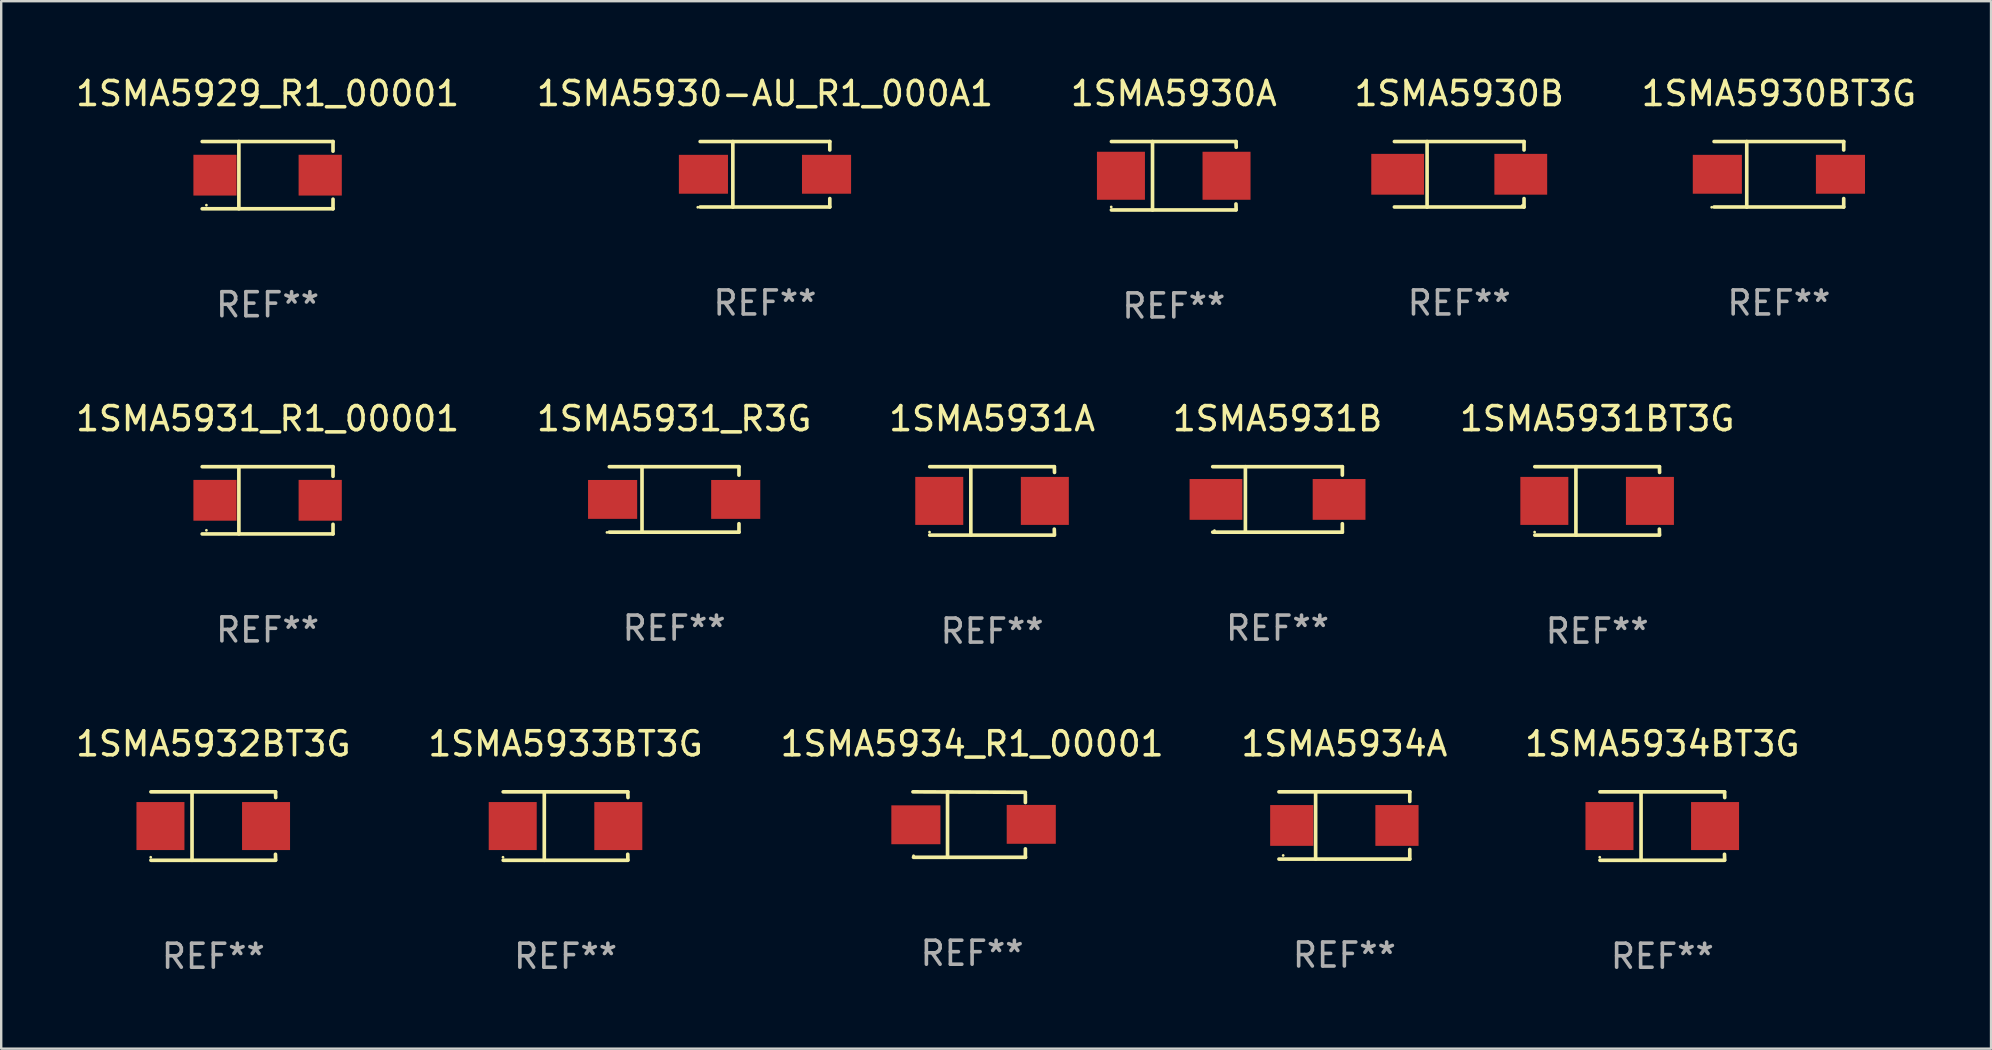
<source format=kicad_pcb>
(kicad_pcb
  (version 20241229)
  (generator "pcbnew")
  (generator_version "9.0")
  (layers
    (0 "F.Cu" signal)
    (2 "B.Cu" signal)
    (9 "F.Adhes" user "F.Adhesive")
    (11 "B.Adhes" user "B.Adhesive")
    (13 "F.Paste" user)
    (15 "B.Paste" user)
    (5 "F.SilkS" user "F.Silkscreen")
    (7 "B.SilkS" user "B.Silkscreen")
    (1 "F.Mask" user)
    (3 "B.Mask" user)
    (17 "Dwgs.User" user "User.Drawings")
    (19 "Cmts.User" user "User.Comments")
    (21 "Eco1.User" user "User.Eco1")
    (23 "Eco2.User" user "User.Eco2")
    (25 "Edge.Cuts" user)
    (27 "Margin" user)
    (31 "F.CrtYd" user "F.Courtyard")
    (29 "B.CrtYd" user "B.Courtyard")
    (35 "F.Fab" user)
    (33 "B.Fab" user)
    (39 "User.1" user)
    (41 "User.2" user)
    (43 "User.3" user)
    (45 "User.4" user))
  (footprint "1SMA5931A"
    (layer "F.Cu")
    (at 38.292 17.823)
    (property "Reference" "1SMA5931A" (at 0 -3.426 0) (layer "F.SilkS") (effects (font (size 1 1) (thickness 0.15))))
    (attr through_hole)
    (fp_line (start -2.6 -1.426) (end 2.593 -1.426) (stroke (width 0.152) (type solid)) (layer "F.SilkS"))
    (fp_line (start -2.6 1.426) (end 2.593 1.426) (stroke (width 0.152) (type solid)) (layer "F.SilkS"))
    (fp_line (start -0.887 -1.426) (end -0.887 1.426) (stroke (width 0.152) (type solid)) (layer "F.SilkS"))
    (fp_line (start 2.59 1.176) (end 2.597 1.415) (stroke (width 0.152) (type solid)) (layer "F.SilkS"))
    (fp_line (start 2.593 -1.426) (end 2.6 -1.187) (stroke (width 0.152) (type solid)) (layer "F.SilkS"))
    (fp_circle (center -2.608 1.3) (end -2.578 1.3) (stroke (width 0.06) (type solid)) (fill no) (layer "F.SilkS"))
    (fp_text user "REF**" (at 0 5.426 0) (layer "F.Fab") (effects (font (size 1 1) (thickness 0.15))))
    (pad "1" smd rect (at -2.203 0 180) (size 2 2) (layers "F.Cu" "F.Mask" "F.Paste"))
    (pad "2" smd rect (at 2.197 0 180) (size 2 2) (layers "F.Cu" "F.Mask" "F.Paste")))
  (footprint "1SMA5931BT3G"
    (layer "F.Cu")
    (at 63.506 17.823)
    (property "Reference" "1SMA5931BT3G" (at 0 -3.426 0) (layer "F.SilkS") (effects (font (size 1 1) (thickness 0.15))))
    (attr through_hole)
    (fp_line (start -2.6 -1.426) (end 2.593 -1.426) (stroke (width 0.152) (type solid)) (layer "F.SilkS"))
    (fp_line (start -2.6 1.426) (end 2.593 1.426) (stroke (width 0.152) (type solid)) (layer "F.SilkS"))
    (fp_line (start -0.887 -1.426) (end -0.887 1.426) (stroke (width 0.152) (type solid)) (layer "F.SilkS"))
    (fp_line (start 2.59 1.176) (end 2.597 1.415) (stroke (width 0.152) (type solid)) (layer "F.SilkS"))
    (fp_line (start 2.593 -1.426) (end 2.6 -1.187) (stroke (width 0.152) (type solid)) (layer "F.SilkS"))
    (fp_circle (center -2.608 1.3) (end -2.578 1.3) (stroke (width 0.06) (type solid)) (fill no) (layer "F.SilkS"))
    (fp_text user "REF**" (at 0 5.426 0) (layer "F.Fab") (effects (font (size 1 1) (thickness 0.15))))
    (pad "1" smd rect (at -2.203 0 180) (size 2 2) (layers "F.Cu" "F.Mask" "F.Paste"))
    (pad "2" smd rect (at 2.197 0 180) (size 2 2) (layers "F.Cu" "F.Mask" "F.Paste")))
  (footprint "1SMA5933BT3G"
    (layer "F.Cu")
    (at 20.518 31.372)
    (property "Reference" "1SMA5933BT3G" (at 0 -3.426 0) (layer "F.SilkS") (effects (font (size 1 1) (thickness 0.15))))
    (attr through_hole)
    (fp_line (start -2.6 -1.426) (end 2.593 -1.426) (stroke (width 0.152) (type solid)) (layer "F.SilkS"))
    (fp_line (start -2.6 1.426) (end 2.593 1.426) (stroke (width 0.152) (type solid)) (layer "F.SilkS"))
    (fp_line (start -0.887 -1.426) (end -0.887 1.426) (stroke (width 0.152) (type solid)) (layer "F.SilkS"))
    (fp_line (start 2.59 1.176) (end 2.597 1.415) (stroke (width 0.152) (type solid)) (layer "F.SilkS"))
    (fp_line (start 2.593 -1.426) (end 2.6 -1.187) (stroke (width 0.152) (type solid)) (layer "F.SilkS"))
    (fp_circle (center -2.608 1.3) (end -2.578 1.3) (stroke (width 0.06) (type solid)) (fill no) (layer "F.SilkS"))
    (fp_text user "REF**" (at 0 5.426 0) (layer "F.Fab") (effects (font (size 1 1) (thickness 0.15))))
    (pad "1" smd rect (at -2.203 0 180) (size 2 2) (layers "F.Cu" "F.Mask" "F.Paste"))
    (pad "2" smd rect (at 2.197 0 180) (size 2 2) (layers "F.Cu" "F.Mask" "F.Paste")))
  (footprint "1SMA5934A"
    (layer "F.Cu")
    (at 52.97 31.347)
    (property "Reference" "1SMA5934A" (at 0 -3.401 0) (layer "F.SilkS") (effects (font (size 1 1) (thickness 0.15))))
    (attr through_hole)
    (fp_line (start -2.726 -1.401) (end 2.726 -1.401) (stroke (width 0.152) (type solid)) (layer "F.SilkS"))
    (fp_line (start -2.726 1.401) (end 2.726 1.401) (stroke (width 0.152) (type solid)) (layer "F.SilkS"))
    (fp_line (start -1.197 -1.401) (end -1.197 1.401) (stroke (width 0.152) (type solid)) (layer "F.SilkS"))
    (fp_line (start 2.726 -1.401) (end 2.726 -1) (stroke (width 0.152) (type solid)) (layer "F.SilkS"))
    (fp_line (start 2.726 1.401) (end 2.726 1) (stroke (width 0.152) (type solid)) (layer "F.SilkS"))
    (fp_circle (center -2.55 1.25) (end -2.52 1.25) (stroke (width 0.06) (type solid)) (fill no) (layer "F.SilkS"))
    (fp_text user "REF**" (at 0 5.401 0) (layer "F.Fab") (effects (font (size 1 1) (thickness 0.15))))
    (pad "1" smd rect (at -2.192 0) (size 1.8 1.7) (layers "F.Cu" "F.Mask" "F.Paste"))
    (pad "2" smd rect (at 2.192 0) (size 1.8 1.7) (layers "F.Cu" "F.Mask" "F.Paste")))
  (footprint "1SMA5929_R1_00001"
    (layer "F.Cu")
    (at 8.101 4.249)
    (property "Reference" "1SMA5929_R1_00001" (at 0 -3.401 0) (layer "F.SilkS") (effects (font (size 1 1) (thickness 0.15))))
    (attr through_hole)
    (fp_line (start -2.726 -1.401) (end 2.726 -1.401) (stroke (width 0.152) (type solid)) (layer "F.SilkS"))
    (fp_line (start -2.726 1.401) (end 2.726 1.401) (stroke (width 0.152) (type solid)) (layer "F.SilkS"))
    (fp_line (start -1.197 -1.401) (end -1.197 1.401) (stroke (width 0.152) (type solid)) (layer "F.SilkS"))
    (fp_line (start 2.726 -1.401) (end 2.726 -1) (stroke (width 0.152) (type solid)) (layer "F.SilkS"))
    (fp_line (start 2.726 1.401) (end 2.726 1) (stroke (width 0.152) (type solid)) (layer "F.SilkS"))
    (fp_circle (center -2.55 1.25) (end -2.52 1.25) (stroke (width 0.06) (type solid)) (fill no) (layer "F.SilkS"))
    (fp_text user "REF**" (at 0 5.401 0) (layer "F.Fab") (effects (font (size 1 1) (thickness 0.15))))
    (pad "1" smd rect (at -2.192 0) (size 1.8 1.7) (layers "F.Cu" "F.Mask" "F.Paste"))
    (pad "2" smd rect (at 2.192 0) (size 1.8 1.7) (layers "F.Cu" "F.Mask" "F.Paste")))
  (footprint "1SMA5931_R3G"
    (layer "F.Cu")
    (at 25.042 17.761)
    (property "Reference" "1SMA5931_R3G" (at 0 -3.364 0) (layer "F.SilkS") (effects (font (size 1 1) (thickness 0.15))))
    (attr through_hole)
    (fp_line (start -2.701 -1.364) (end 2.701 -1.364) (stroke (width 0.152) (type solid)) (layer "F.SilkS"))
    (fp_line (start -2.701 1.364) (end 2.701 1.364) (stroke (width 0.152) (type solid)) (layer "F.SilkS"))
    (fp_line (start -1.339 -1.364) (end -1.339 1.364) (stroke (width 0.152) (type solid)) (layer "F.SilkS"))
    (fp_line (start 2.701 -1.364) (end 2.701 -1.013) (stroke (width 0.152) (type solid)) (layer "F.SilkS"))
    (fp_line (start 2.701 1.364) (end 2.701 1.013) (stroke (width 0.152) (type solid)) (layer "F.SilkS"))
    (fp_circle (center -2.8 1.375) (end -2.77 1.375) (stroke (width 0.06) (type solid)) (fill no) (layer "F.SilkS"))
    (fp_text user "REF**" (at 0 5.364 0) (layer "F.Fab") (effects (font (size 1 1) (thickness 0.15))))
    (pad "1" smd rect (at -2.565 -0.000025) (size 2.046 1.62) (layers "F.Cu" "F.Mask" "F.Paste"))
    (pad "2" smd rect (at 2.565 -0.000025) (size 2.046 1.62) (layers "F.Cu" "F.Mask" "F.Paste")))
  (footprint "1SMA5930-AU_R1_000A1"
    (layer "F.Cu")
    (at 28.827 4.212)
    (property "Reference" "1SMA5930-AU_R1_000A1" (at 0 -3.364 0) (layer "F.SilkS") (effects (font (size 1 1) (thickness 0.15))))
    (attr through_hole)
    (fp_line (start -2.701 -1.364) (end 2.701 -1.364) (stroke (width 0.152) (type solid)) (layer "F.SilkS"))
    (fp_line (start -2.701 1.364) (end 2.701 1.364) (stroke (width 0.152) (type solid)) (layer "F.SilkS"))
    (fp_line (start -1.339 -1.364) (end -1.339 1.364) (stroke (width 0.152) (type solid)) (layer "F.SilkS"))
    (fp_line (start 2.701 -1.364) (end 2.701 -1.013) (stroke (width 0.152) (type solid)) (layer "F.SilkS"))
    (fp_line (start 2.701 1.364) (end 2.701 1.013) (stroke (width 0.152) (type solid)) (layer "F.SilkS"))
    (fp_circle (center -2.8 1.375) (end -2.77 1.375) (stroke (width 0.06) (type solid)) (fill no) (layer "F.SilkS"))
    (fp_text user "REF**" (at 0 5.364 0) (layer "F.Fab") (effects (font (size 1 1) (thickness 0.15))))
    (pad "1" smd rect (at -2.565 -0.000025) (size 2.046 1.62) (layers "F.Cu" "F.Mask" "F.Paste"))
    (pad "2" smd rect (at 2.565 -0.000025) (size 2.046 1.62) (layers "F.Cu" "F.Mask" "F.Paste")))
  (footprint "1SMA5931B"
    (layer "F.Cu")
    (at 50.185 17.761)
    (property "Reference" "1SMA5931B" (at 0 -3.364 0) (layer "F.SilkS") (effects (font (size 1 1) (thickness 0.15))))
    (attr through_hole)
    (fp_line (start -2.701 -1.364) (end 2.701 -1.364) (stroke (width 0.152) (type solid)) (layer "F.SilkS"))
    (fp_line (start -2.701 1.364) (end 2.701 1.364) (stroke (width 0.152) (type solid)) (layer "F.SilkS"))
    (fp_line (start -1.339 -1.364) (end -1.339 1.364) (stroke (width 0.152) (type solid)) (layer "F.SilkS"))
    (fp_line (start 2.701 -1.364) (end 2.701 -1.013) (stroke (width 0.152) (type solid)) (layer "F.SilkS"))
    (fp_line (start 2.701 1.364) (end 2.701 1.013) (stroke (width 0.152) (type solid)) (layer "F.SilkS"))
    (fp_circle (center -2.628 1.3) (end -2.598 1.3) (stroke (width 0.06) (type solid)) (fill no) (layer "F.SilkS"))
    (fp_text user "REF**" (at 0 5.364 0) (layer "F.Fab") (effects (font (size 1 1) (thickness 0.15))))
    (pad "1" smd rect (at -2.565 0.000025) (size 2.2 1.7) (layers "F.Cu" "F.Mask" "F.Paste"))
    (pad "2" smd rect (at 2.565 0.000025) (size 2.2 1.7) (layers "F.Cu" "F.Mask" "F.Paste")))
  (footprint "1SMA5934BT3G"
    (layer "F.Cu")
    (at 66.22 31.372)
    (property "Reference" "1SMA5934BT3G" (at 0 -3.426 0) (layer "F.SilkS") (effects (font (size 1 1) (thickness 0.15))))
    (attr through_hole)
    (fp_line (start -2.6 -1.426) (end 2.593 -1.426) (stroke (width 0.152) (type solid)) (layer "F.SilkS"))
    (fp_line (start -2.6 1.426) (end 2.593 1.426) (stroke (width 0.152) (type solid)) (layer "F.SilkS"))
    (fp_line (start -0.887 -1.426) (end -0.887 1.426) (stroke (width 0.152) (type solid)) (layer "F.SilkS"))
    (fp_line (start 2.59 1.176) (end 2.597 1.415) (stroke (width 0.152) (type solid)) (layer "F.SilkS"))
    (fp_line (start 2.593 -1.426) (end 2.6 -1.187) (stroke (width 0.152) (type solid)) (layer "F.SilkS"))
    (fp_circle (center -2.608 1.3) (end -2.578 1.3) (stroke (width 0.06) (type solid)) (fill no) (layer "F.SilkS"))
    (fp_text user "REF**" (at 0 5.426 0) (layer "F.Fab") (effects (font (size 1 1) (thickness 0.15))))
    (pad "1" smd rect (at -2.203 0 180) (size 2 2) (layers "F.Cu" "F.Mask" "F.Paste"))
    (pad "2" smd rect (at 2.197 0 180) (size 2 2) (layers "F.Cu" "F.Mask" "F.Paste")))
  (footprint "1SMA5930BT3G"
    (layer "F.Cu")
    (at 71.077 4.212)
    (property "Reference" "1SMA5930BT3G" (at 0 -3.364 0) (layer "F.SilkS") (effects (font (size 1 1) (thickness 0.15))))
    (attr through_hole)
    (fp_line (start -2.701 -1.364) (end 2.701 -1.364) (stroke (width 0.152) (type solid)) (layer "F.SilkS"))
    (fp_line (start -2.701 1.364) (end 2.701 1.364) (stroke (width 0.152) (type solid)) (layer "F.SilkS"))
    (fp_line (start -1.339 -1.364) (end -1.339 1.364) (stroke (width 0.152) (type solid)) (layer "F.SilkS"))
    (fp_line (start 2.701 -1.364) (end 2.701 -1.013) (stroke (width 0.152) (type solid)) (layer "F.SilkS"))
    (fp_line (start 2.701 1.364) (end 2.701 1.013) (stroke (width 0.152) (type solid)) (layer "F.SilkS"))
    (fp_circle (center -2.8 1.375) (end -2.77 1.375) (stroke (width 0.06) (type solid)) (fill no) (layer "F.SilkS"))
    (fp_text user "REF**" (at 0 5.364 0) (layer "F.Fab") (effects (font (size 1 1) (thickness 0.15))))
    (pad "1" smd rect (at -2.565 -0.000025) (size 2.046 1.62) (layers "F.Cu" "F.Mask" "F.Paste"))
    (pad "2" smd rect (at 2.565 -0.000025) (size 2.046 1.62) (layers "F.Cu" "F.Mask" "F.Paste")))
  (footprint "1SMA5931_R1_00001"
    (layer "F.Cu")
    (at 8.101 17.798)
    (property "Reference" "1SMA5931_R1_00001" (at 0 -3.401 0) (layer "F.SilkS") (effects (font (size 1 1) (thickness 0.15))))
    (attr through_hole)
    (fp_line (start -2.726 -1.401) (end 2.726 -1.401) (stroke (width 0.152) (type solid)) (layer "F.SilkS"))
    (fp_line (start -2.726 1.401) (end 2.726 1.401) (stroke (width 0.152) (type solid)) (layer "F.SilkS"))
    (fp_line (start -1.197 -1.401) (end -1.197 1.401) (stroke (width 0.152) (type solid)) (layer "F.SilkS"))
    (fp_line (start 2.726 -1.401) (end 2.726 -1) (stroke (width 0.152) (type solid)) (layer "F.SilkS"))
    (fp_line (start 2.726 1.401) (end 2.726 1) (stroke (width 0.152) (type solid)) (layer "F.SilkS"))
    (fp_circle (center -2.55 1.25) (end -2.52 1.25) (stroke (width 0.06) (type solid)) (fill no) (layer "F.SilkS"))
    (fp_text user "REF**" (at 0 5.401 0) (layer "F.Fab") (effects (font (size 1 1) (thickness 0.15))))
    (pad "1" smd rect (at -2.192 0) (size 1.8 1.7) (layers "F.Cu" "F.Mask" "F.Paste"))
    (pad "2" smd rect (at 2.192 0) (size 1.8 1.7) (layers "F.Cu" "F.Mask" "F.Paste")))
  (footprint "1SMA5930A"
    (layer "F.Cu")
    (at 45.863 4.274)
    (property "Reference" "1SMA5930A" (at 0 -3.426 0) (layer "F.SilkS") (effects (font (size 1 1) (thickness 0.15))))
    (attr through_hole)
    (fp_line (start -2.6 -1.426) (end 2.593 -1.426) (stroke (width 0.152) (type solid)) (layer "F.SilkS"))
    (fp_line (start -2.6 1.426) (end 2.593 1.426) (stroke (width 0.152) (type solid)) (layer "F.SilkS"))
    (fp_line (start -0.887 -1.426) (end -0.887 1.426) (stroke (width 0.152) (type solid)) (layer "F.SilkS"))
    (fp_line (start 2.59 1.176) (end 2.597 1.415) (stroke (width 0.152) (type solid)) (layer "F.SilkS"))
    (fp_line (start 2.593 -1.426) (end 2.6 -1.187) (stroke (width 0.152) (type solid)) (layer "F.SilkS"))
    (fp_circle (center -2.608 1.3) (end -2.578 1.3) (stroke (width 0.06) (type solid)) (fill no) (layer "F.SilkS"))
    (fp_text user "REF**" (at 0 5.426 0) (layer "F.Fab") (effects (font (size 1 1) (thickness 0.15))))
    (pad "1" smd rect (at -2.203 0 180) (size 2 2) (layers "F.Cu" "F.Mask" "F.Paste"))
    (pad "2" smd rect (at 2.197 0 180) (size 2 2) (layers "F.Cu" "F.Mask" "F.Paste")))
  (footprint "1SMA5932BT3G"
    (layer "F.Cu")
    (at 5.839 31.372)
    (property "Reference" "1SMA5932BT3G" (at 0 -3.426 0) (layer "F.SilkS") (effects (font (size 1 1) (thickness 0.15))))
    (attr through_hole)
    (fp_line (start -2.6 -1.426) (end 2.593 -1.426) (stroke (width 0.152) (type solid)) (layer "F.SilkS"))
    (fp_line (start -2.6 1.426) (end 2.593 1.426) (stroke (width 0.152) (type solid)) (layer "F.SilkS"))
    (fp_line (start -0.887 -1.426) (end -0.887 1.426) (stroke (width 0.152) (type solid)) (layer "F.SilkS"))
    (fp_line (start 2.59 1.176) (end 2.597 1.415) (stroke (width 0.152) (type solid)) (layer "F.SilkS"))
    (fp_line (start 2.593 -1.426) (end 2.6 -1.187) (stroke (width 0.152) (type solid)) (layer "F.SilkS"))
    (fp_circle (center -2.608 1.3) (end -2.578 1.3) (stroke (width 0.06) (type solid)) (fill no) (layer "F.SilkS"))
    (fp_text user "REF**" (at 0 5.426 0) (layer "F.Fab") (effects (font (size 1 1) (thickness 0.15))))
    (pad "1" smd rect (at -2.203 0 180) (size 2 2) (layers "F.Cu" "F.Mask" "F.Paste"))
    (pad "2" smd rect (at 2.197 0 180) (size 2 2) (layers "F.Cu" "F.Mask" "F.Paste")))
  (footprint "1SMA5934_R1_00001"
    (layer "F.Cu")
    (at 37.458 31.31)
    (property "Reference" "1SMA5934_R1_00001" (at 0 -3.364 0) (layer "F.SilkS") (effects (font (size 1 1) (thickness 0.15))))
    (attr through_hole)
    (fp_line (start -2.465 -1.364) (end 2.22 -1.346) (stroke (width 0.152) (type solid)) (layer "F.SilkS"))
    (fp_line (start -2.442 1.364) (end 2.226 1.364) (stroke (width 0.152) (type solid)) (layer "F.SilkS"))
    (fp_line (start -1.024 -1.364) (end -1.024 1.364) (stroke (width 0.152) (type solid)) (layer "F.SilkS"))
    (fp_line (start 2.22 -1.27) (end 2.22 -0.919) (stroke (width 0.152) (type solid)) (layer "F.SilkS"))
    (fp_line (start 2.22 1.364) (end 2.22 1.013) (stroke (width 0.152) (type solid)) (layer "F.SilkS"))
    (fp_circle (center -2.439 1.3) (end -2.409 1.3) (stroke (width 0.06) (type solid)) (fill no) (layer "F.SilkS"))
    (fp_text user "REF**" (at 0 5.364 0) (layer "F.Fab") (effects (font (size 1 1) (thickness 0.15))))
    (pad "1" smd rect (at -2.343 0.009) (size 2.046 1.62) (layers "F.Cu" "F.Mask" "F.Paste"))
    (pad "2" smd rect (at 2.465 -0.009 180) (size 2.046 1.62) (layers "F.Cu" "F.Mask" "F.Paste")))
  (footprint "1SMA5930B"
    (layer "F.Cu")
    (at 57.756 4.212)
    (property "Reference" "1SMA5930B" (at 0 -3.364 0) (layer "F.SilkS") (effects (font (size 1 1) (thickness 0.15))))
    (attr through_hole)
    (fp_line (start -2.701 -1.364) (end 2.701 -1.364) (stroke (width 0.152) (type solid)) (layer "F.SilkS"))
    (fp_line (start -2.701 1.364) (end 2.701 1.364) (stroke (width 0.152) (type solid)) (layer "F.SilkS"))
    (fp_line (start -1.339 -1.364) (end -1.339 1.364) (stroke (width 0.152) (type solid)) (layer "F.SilkS"))
    (fp_line (start 2.701 -1.364) (end 2.701 -1.013) (stroke (width 0.152) (type solid)) (layer "F.SilkS"))
    (fp_line (start 2.701 1.364) (end 2.701 1.013) (stroke (width 0.152) (type solid)) (layer "F.SilkS"))
    (fp_circle (center 2.628 1.3) (end 2.658 1.3) (stroke (width 0.06) (type solid)) (fill no) (layer "F.SilkS"))
    (fp_text user "REF**" (at 0 5.364 0) (layer "F.Fab") (effects (font (size 1 1) (thickness 0.15))))
    (pad "1" smd rect (at 2.565 -0.000025) (size 2.2 1.7) (layers "F.Cu" "F.Mask" "F.Paste"))
    (pad "2" smd rect (at -2.565 -0.000025) (size 2.2 1.7) (layers "F.Cu" "F.Mask" "F.Paste")))
  (gr_rect
    (start -3 -3)
    (end 79.917 40.647)
    (stroke (width 0.1) (type default))
    (fill no)
    (layer "Edge.Cuts")))
</source>
